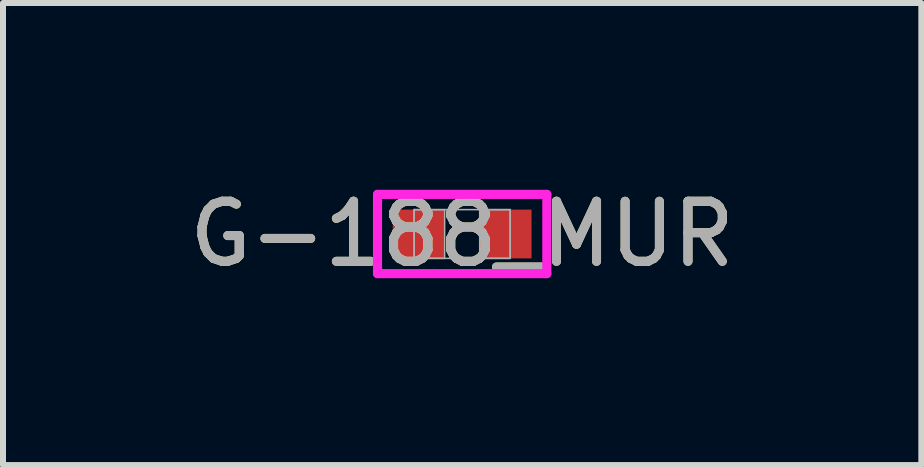
<source format=kicad_pcb>
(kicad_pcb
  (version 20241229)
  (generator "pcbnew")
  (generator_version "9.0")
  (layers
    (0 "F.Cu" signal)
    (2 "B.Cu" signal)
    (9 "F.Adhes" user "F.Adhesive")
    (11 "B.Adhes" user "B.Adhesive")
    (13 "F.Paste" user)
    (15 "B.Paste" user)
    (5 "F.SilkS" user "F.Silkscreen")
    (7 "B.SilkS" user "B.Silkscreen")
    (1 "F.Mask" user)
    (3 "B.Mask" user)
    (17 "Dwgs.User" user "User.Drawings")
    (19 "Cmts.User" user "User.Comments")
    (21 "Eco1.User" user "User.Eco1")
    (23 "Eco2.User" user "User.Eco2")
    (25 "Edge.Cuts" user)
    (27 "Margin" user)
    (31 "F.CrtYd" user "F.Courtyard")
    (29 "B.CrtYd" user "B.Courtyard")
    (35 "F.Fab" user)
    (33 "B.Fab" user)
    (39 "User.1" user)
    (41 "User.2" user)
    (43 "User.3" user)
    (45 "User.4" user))
  (footprint "G-188_MUR"
    (layer "F.Cu")
    (at 4.649 0.848)
    (property "Reference" "G-188_MUR" (at 0 0 0) (unlocked yes) (layer "F.SilkS") (effects (font (size 1 1) (thickness 0.15))))
    (attr smd)
    (fp_line (start -1.41 -0.66) (end 1.41 -0.66) (stroke (width 0.152) (type solid)) (layer "F.CrtYd"))
    (fp_line (start -1.41 0.66) (end -1.41 -0.66) (stroke (width 0.152) (type solid)) (layer "F.CrtYd"))
    (fp_line (start 1.41 -0.66) (end 1.41 0.66) (stroke (width 0.152) (type solid)) (layer "F.CrtYd"))
    (fp_line (start 1.41 0.66) (end -1.41 0.66) (stroke (width 0.152) (type solid)) (layer "F.CrtYd"))
    (fp_line (start -0.8 -0.406) (end -0.8 0.406) (stroke (width 0.025) (type solid)) (layer "F.Fab"))
    (fp_line (start -0.8 -0.406) (end -0.8 0.406) (stroke (width 0.025) (type solid)) (layer "F.Fab"))
    (fp_line (start -0.8 0.406) (end -0.292 0.406) (stroke (width 0.025) (type solid)) (layer "F.Fab"))
    (fp_line (start -0.8 0.406) (end 0.8 0.406) (stroke (width 0.025) (type solid)) (layer "F.Fab"))
    (fp_line (start -0.292 -0.406) (end -0.8 -0.406) (stroke (width 0.025) (type solid)) (layer "F.Fab"))
    (fp_line (start -0.292 0.406) (end -0.292 -0.406) (stroke (width 0.025) (type solid)) (layer "F.Fab"))
    (fp_line (start 0.292 -0.406) (end 0.292 0.406) (stroke (width 0.025) (type solid)) (layer "F.Fab"))
    (fp_line (start 0.292 0.406) (end 0.8 0.406) (stroke (width 0.025) (type solid)) (layer "F.Fab"))
    (fp_line (start 0.8 -0.406) (end -0.8 -0.406) (stroke (width 0.025) (type solid)) (layer "F.Fab"))
    (fp_line (start 0.8 -0.406) (end 0.292 -0.406) (stroke (width 0.025) (type solid)) (layer "F.Fab"))
    (fp_line (start 0.8 0.406) (end 0.8 -0.406) (stroke (width 0.025) (type solid)) (layer "F.Fab"))
    (fp_line (start 0.8 0.406) (end 0.8 -0.406) (stroke (width 0.025) (type solid)) (layer "F.Fab"))
    (fp_circle (center -0.597 0) (end -0.597 0) (stroke (width 0.025) (type solid)) (fill no) (layer "F.Fab"))
    (fp_text user "${REFERENCE}" (at 0 0 0) (unlocked yes) (layer "F.Fab") (effects (font (size 1 1) (thickness 0.15))))
    (pad "1" smd rect (at -0.724 0) (size 0.864 0.813) (layers "F.Cu" "F.Mask" "F.Paste"))
    (pad "2" smd rect (at 0.724 0) (size 0.864 0.813) (layers "F.Cu" "F.Mask" "F.Paste"))
    (zone (net_name "") (layer "F.Cu") (hatch full 0.508) (connect_pads) (min_thickness 0.254) (filled_areas_thickness no) (keepout (tracks not_allowed) (vias not_allowed) (pads allowed) (copperpour not_allowed) (footprints allowed)) (placement (enabled no)) (fill) (polygon (pts (xy 4.408 0.493) (xy 4.89 0.493) (xy 4.89 1.204) (xy 4.408 1.204)))))
  (gr_rect
    (start -3 -3)
    (end 12.298 4.697)
    (stroke (width 0.1) (type default))
    (fill no)
    (layer "Edge.Cuts")))
</source>
